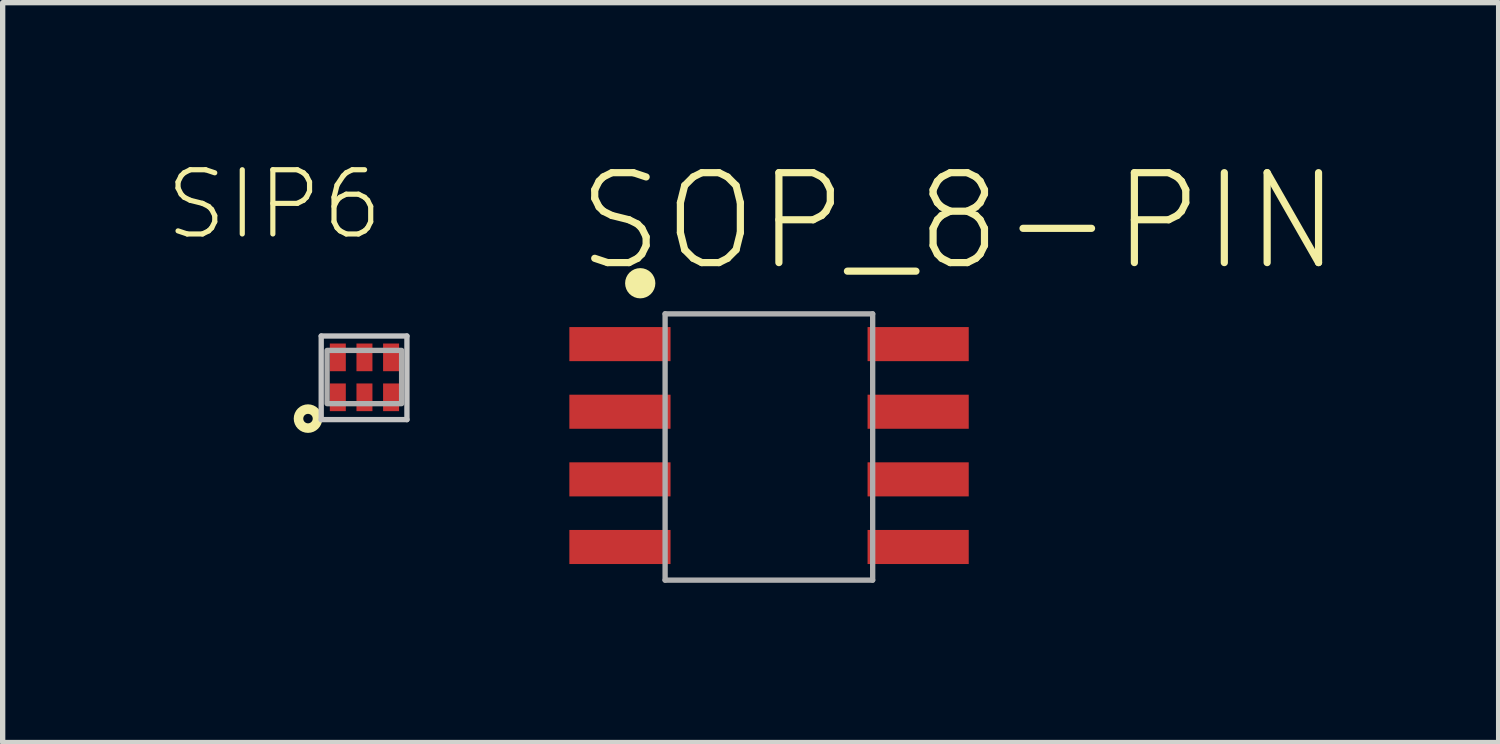
<source format=kicad_pcb>
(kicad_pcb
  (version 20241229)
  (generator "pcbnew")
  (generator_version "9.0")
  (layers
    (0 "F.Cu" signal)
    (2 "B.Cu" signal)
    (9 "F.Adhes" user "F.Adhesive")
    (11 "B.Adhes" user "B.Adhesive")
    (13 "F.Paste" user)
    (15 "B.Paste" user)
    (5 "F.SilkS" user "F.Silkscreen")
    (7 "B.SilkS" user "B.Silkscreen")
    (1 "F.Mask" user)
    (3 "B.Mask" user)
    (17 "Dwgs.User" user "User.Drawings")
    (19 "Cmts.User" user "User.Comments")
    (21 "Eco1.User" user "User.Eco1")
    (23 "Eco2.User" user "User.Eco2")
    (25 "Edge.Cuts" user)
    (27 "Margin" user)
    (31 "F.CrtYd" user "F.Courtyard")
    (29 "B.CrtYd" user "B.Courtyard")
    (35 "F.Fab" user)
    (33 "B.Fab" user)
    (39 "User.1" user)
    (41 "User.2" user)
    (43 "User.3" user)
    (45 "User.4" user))
  (footprint "SOP_8-PIN"
    (layer "F.Cu")
    (at 11.513 5.444)
    (property "Reference" "SOP_8-PIN" (at -3.805 -3.349 180) (layer "F.SilkS") (effects (font (size 1.689 1.689) (thickness 0.135)) (justify left bottom)))
    (attr through_hole)
    (fp_circle (center -2.54 -3.175) (end -2.398 -3.175) (stroke (width 0.284) (type solid)) (fill no) (layer "F.SilkS"))
    (fp_line (start -2.073 -2.6) (end -2.073 2.4) (stroke (width 0.1) (type solid)) (layer "F.Fab"))
    (fp_line (start -2.073 2.4) (end 1.825 2.4) (stroke (width 0.1) (type solid)) (layer "F.Fab"))
    (fp_line (start 1.825 -2.6) (end -2.073 -2.6) (stroke (width 0.1) (type solid)) (layer "F.Fab"))
    (fp_line (start 1.825 2.4) (end 1.825 -2.6) (stroke (width 0.1) (type solid)) (layer "F.Fab"))
    (pad "P1" smd rect (at -2.921 -2.032) (size 1.9 0.64) (layers "F.Cu" "F.Mask" "F.Paste"))
    (pad "P2" smd rect (at -2.921 -0.762) (size 1.9 0.64) (layers "F.Cu" "F.Mask" "F.Paste"))
    (pad "P3" smd rect (at -2.921 0.508) (size 1.9 0.64) (layers "F.Cu" "F.Mask" "F.Paste"))
    (pad "P4" smd rect (at -2.921 1.778) (size 1.9 0.64) (layers "F.Cu" "F.Mask" "F.Paste"))
    (pad "P5" smd rect (at 2.679 1.778) (size 1.9 0.64) (layers "F.Cu" "F.Mask" "F.Paste"))
    (pad "P6" smd rect (at 2.679 0.508) (size 1.9 0.64) (layers "F.Cu" "F.Mask" "F.Paste"))
    (pad "P7" smd rect (at 2.679 -0.762) (size 1.9 0.64) (layers "F.Cu" "F.Mask" "F.Paste"))
    (pad "P8" smd rect (at 2.679 -2.032) (size 1.9 0.64) (layers "F.Cu" "F.Mask" "F.Paste")))
  (footprint "SIP6"
    (layer "F.Cu")
    (at 3.802 4.03)
    (property "Reference" "SIP6" (at -3.802 -2.534 0) (layer "F.SilkS") (effects (font (size 1.206 1.206) (thickness 0.097)) (justify left bottom)))
    (attr through_hole)
    (fp_poly (pts (xy -0.708 -0.039) (xy -0.308 -0.039) (xy -0.308 -0.659) (xy -0.708 -0.659)) (stroke (width 0) (type solid)) (fill yes) (layer "F.Mask"))
    (fp_poly (pts (xy -0.708 0.681) (xy -0.308 0.681) (xy -0.308 0.061) (xy -0.708 0.061)) (stroke (width 0) (type solid)) (fill yes) (layer "F.Mask"))
    (fp_poly (pts (xy -0.208 -0.039) (xy 0.192 -0.039) (xy 0.192 -0.659) (xy -0.208 -0.659)) (stroke (width 0) (type solid)) (fill yes) (layer "F.Mask"))
    (fp_poly (pts (xy -0.208 0.681) (xy 0.192 0.681) (xy 0.192 0.061) (xy -0.208 0.061)) (stroke (width 0) (type solid)) (fill yes) (layer "F.Mask"))
    (fp_poly (pts (xy 0.292 -0.039) (xy 0.692 -0.039) (xy 0.692 -0.659) (xy 0.292 -0.659)) (stroke (width 0) (type solid)) (fill yes) (layer "F.Mask"))
    (fp_poly (pts (xy 0.292 0.681) (xy 0.692 0.681) (xy 0.692 0.061) (xy 0.292 0.061)) (stroke (width 0) (type solid)) (fill yes) (layer "F.Mask"))
    (fp_circle (center -1.068 0.781) (end -0.979 0.781) (stroke (width 0.179) (type solid)) (fill no) (layer "F.SilkS"))
    (fp_poly (pts (xy -0.628 -0.159) (xy -0.388 -0.159) (xy -0.388 -0.599) (xy -0.628 -0.599)) (stroke (width 0) (type solid)) (fill yes) (layer "F.Paste"))
    (fp_poly (pts (xy -0.628 0.601) (xy -0.388 0.601) (xy -0.388 0.161) (xy -0.628 0.161)) (stroke (width 0) (type solid)) (fill yes) (layer "F.Paste"))
    (fp_poly (pts (xy -0.128 -0.159) (xy 0.112 -0.159) (xy 0.112 -0.599) (xy -0.128 -0.599)) (stroke (width 0) (type solid)) (fill yes) (layer "F.Paste"))
    (fp_poly (pts (xy -0.128 0.601) (xy 0.112 0.601) (xy 0.112 0.161) (xy -0.128 0.161)) (stroke (width 0) (type solid)) (fill yes) (layer "F.Paste"))
    (fp_poly (pts (xy 0.372 -0.159) (xy 0.612 -0.159) (xy 0.612 -0.599) (xy 0.372 -0.599)) (stroke (width 0) (type solid)) (fill yes) (layer "F.Paste"))
    (fp_poly (pts (xy 0.372 0.601) (xy 0.612 0.601) (xy 0.612 0.161) (xy 0.372 0.161)) (stroke (width 0) (type solid)) (fill yes) (layer "F.Paste"))
    (fp_line (start -0.82 -0.77) (end -0.82 0.8) (stroke (width 0.1) (type solid)) (layer "Dwgs.User"))
    (fp_line (start -0.82 0.8) (end 0.79 0.8) (stroke (width 0.1) (type solid)) (layer "Dwgs.User"))
    (fp_line (start 0.79 -0.77) (end -0.82 -0.77) (stroke (width 0.1) (type solid)) (layer "Dwgs.User"))
    (fp_line (start 0.79 0.8) (end 0.79 -0.77) (stroke (width 0.1) (type solid)) (layer "Dwgs.User"))
    (fp_poly (pts (xy -0.71 0.5) (xy 0.69 0.5) (xy 0.69 -0.5) (xy -0.71 -0.5)) (stroke (width 0.1) (type solid)) (fill no) (layer "F.Fab"))
    (pad "P1" smd rect (at -0.508 0.381 180) (size 0.3 0.52) (layers "F.Cu" "F.Mask"))
    (pad "P2" smd rect (at -0.008 0.381 180) (size 0.3 0.52) (layers "F.Cu" "F.Mask"))
    (pad "P3" smd rect (at 0.492 0.381 180) (size 0.3 0.52) (layers "F.Cu" "F.Mask"))
    (pad "P4" smd rect (at 0.492 -0.369 180) (size 0.3 0.52) (layers "F.Cu" "F.Mask"))
    (pad "P5" smd rect (at -0.008 -0.369 180) (size 0.3 0.52) (layers "F.Cu" "F.Mask"))
    (pad "P6" smd rect (at -0.508 -0.369 180) (size 0.3 0.52) (layers "F.Cu" "F.Mask")))
  (gr_rect
    (start -3 -3)
    (end 25.093 10.894)
    (stroke (width 0.1) (type default))
    (fill no)
    (layer "Edge.Cuts")))
</source>
